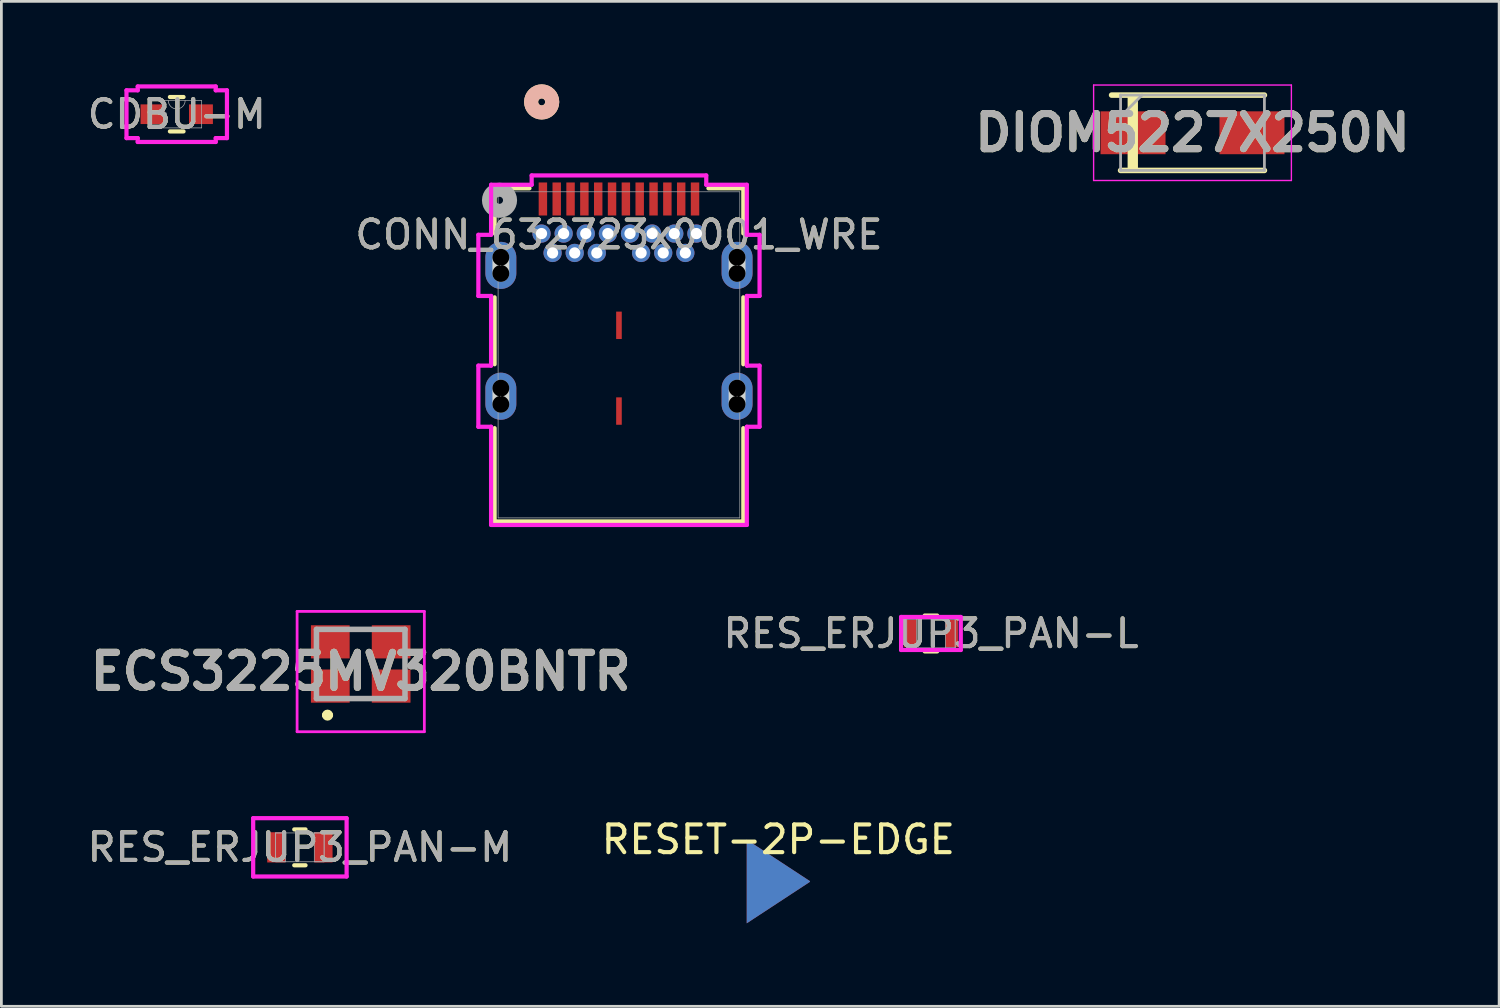
<source format=kicad_pcb>
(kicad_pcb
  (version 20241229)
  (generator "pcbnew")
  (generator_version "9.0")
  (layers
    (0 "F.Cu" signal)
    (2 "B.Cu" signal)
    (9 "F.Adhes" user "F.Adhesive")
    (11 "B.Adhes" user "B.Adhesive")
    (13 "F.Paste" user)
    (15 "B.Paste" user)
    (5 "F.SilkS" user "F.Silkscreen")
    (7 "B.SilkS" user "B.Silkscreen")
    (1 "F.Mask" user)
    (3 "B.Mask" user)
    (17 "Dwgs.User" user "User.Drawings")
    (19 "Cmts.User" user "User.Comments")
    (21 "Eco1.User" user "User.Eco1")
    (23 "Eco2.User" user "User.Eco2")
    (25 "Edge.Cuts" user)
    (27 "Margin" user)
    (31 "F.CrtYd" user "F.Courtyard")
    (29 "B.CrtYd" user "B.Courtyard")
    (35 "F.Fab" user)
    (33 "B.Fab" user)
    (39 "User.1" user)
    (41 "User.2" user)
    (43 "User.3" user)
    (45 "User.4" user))
  (footprint "CDBU-M"
    (layer "F.Cu")
    (at 3.339 1.079)
    (property "Reference" "CDBU-M" (at 0 0 0) (unlocked yes) (layer "F.SilkS") (effects (font (size 1 1) (thickness 0.15))))
    (attr smd)
    (fp_line (start -0.246 0.622) (end 0.246 0.622) (stroke (width 0.152) (type solid)) (layer "F.SilkS"))
    (fp_line (start 0.246 -0.622) (end -0.246 -0.622) (stroke (width 0.152) (type solid)) (layer "F.SilkS"))
    (fp_line (start -1.816 -0.864) (end -1.41 -0.864) (stroke (width 0.152) (type solid)) (layer "F.CrtYd"))
    (fp_line (start -1.816 0.864) (end -1.816 -0.864) (stroke (width 0.152) (type solid)) (layer "F.CrtYd"))
    (fp_line (start -1.816 0.864) (end -1.41 0.864) (stroke (width 0.152) (type solid)) (layer "F.CrtYd"))
    (fp_line (start -1.41 -1.003) (end 1.41 -1.003) (stroke (width 0.152) (type solid)) (layer "F.CrtYd"))
    (fp_line (start -1.41 -0.864) (end -1.41 -1.003) (stroke (width 0.152) (type solid)) (layer "F.CrtYd"))
    (fp_line (start -1.41 1.003) (end -1.41 0.864) (stroke (width 0.152) (type solid)) (layer "F.CrtYd"))
    (fp_line (start 1.41 -1.003) (end 1.41 -0.864) (stroke (width 0.152) (type solid)) (layer "F.CrtYd"))
    (fp_line (start 1.41 0.864) (end 1.41 1.003) (stroke (width 0.152) (type solid)) (layer "F.CrtYd"))
    (fp_line (start 1.41 1.003) (end -1.41 1.003) (stroke (width 0.152) (type solid)) (layer "F.CrtYd"))
    (fp_line (start 1.816 -0.864) (end 1.41 -0.864) (stroke (width 0.152) (type solid)) (layer "F.CrtYd"))
    (fp_line (start 1.816 -0.864) (end 1.816 0.864) (stroke (width 0.152) (type solid)) (layer "F.CrtYd"))
    (fp_line (start 1.816 0.864) (end 1.41 0.864) (stroke (width 0.152) (type solid)) (layer "F.CrtYd"))
    (fp_line (start -0.902 -0.495) (end -0.902 0.495) (stroke (width 0.025) (type solid)) (layer "F.Fab"))
    (fp_line (start -0.902 0.495) (end 0.902 0.495) (stroke (width 0.025) (type solid)) (layer "F.Fab"))
    (fp_line (start 0.902 -0.495) (end -0.902 -0.495) (stroke (width 0.025) (type solid)) (layer "F.Fab"))
    (fp_line (start 0.902 0.495) (end 0.902 -0.495) (stroke (width 0.025) (type solid)) (layer "F.Fab"))
    (fp_arc (start 0.3048 -0.4953) (mid 0 -0.1905) (end -0.3048 -0.4953) (stroke (width 0.0254) (type solid)) (layer "F.Fab"))
    (fp_circle (center -0.445 0) (end -0.368 0) (stroke (width 0.025) (type solid)) (fill no) (layer "F.Fab"))
    (fp_text user "${REFERENCE}" (at 0 0 0) (unlocked yes) (layer "F.Fab") (effects (font (size 1 1) (thickness 0.15))))
    (pad "1" smd rect (at -0.876 0) (size 0.864 0.711) (layers "F.Cu" "F.Mask" "F.Paste"))
    (pad "2" smd rect (at 0.876 0) (size 0.864 0.711) (layers "F.Cu" "F.Mask" "F.Paste")))
  (footprint "DIOM5227X250N"
    (layer "F.Cu")
    (at 40.062 1.75)
    (property "Reference" "DIOM5227X250N" (at 0 0 0) (layer "F.SilkS") (effects (font (size 1.27 1.27) (thickness 0.254))))
    (attr smd)
    (fp_line (start -2.6 1.362) (end 2.6 1.362) (stroke (width 0.2) (type solid)) (layer "F.SilkS"))
    (fp_line (start 2.6 -1.362) (end -2.925 -1.362) (stroke (width 0.2) (type solid)) (layer "F.SilkS"))
    (fp_rect (start -2.286 -1.27) (end -2.032 1.27) (stroke (width 0.12) (type solid)) (fill yes) (layer "F.SilkS"))
    (fp_line (start -3.575 -1.725) (end 3.575 -1.725) (stroke (width 0.05) (type solid)) (layer "F.CrtYd"))
    (fp_line (start -3.575 1.725) (end -3.575 -1.725) (stroke (width 0.05) (type solid)) (layer "F.CrtYd"))
    (fp_line (start 3.575 -1.725) (end 3.575 1.725) (stroke (width 0.05) (type solid)) (layer "F.CrtYd"))
    (fp_line (start 3.575 1.725) (end -3.575 1.725) (stroke (width 0.05) (type solid)) (layer "F.CrtYd"))
    (fp_line (start -2.6 -1.362) (end 2.6 -1.362) (stroke (width 0.1) (type solid)) (layer "F.Fab"))
    (fp_line (start -2.6 -0.588) (end -1.825 -1.362) (stroke (width 0.1) (type solid)) (layer "F.Fab"))
    (fp_line (start -2.6 1.362) (end -2.6 -1.362) (stroke (width 0.1) (type solid)) (layer "F.Fab"))
    (fp_line (start 2.6 -1.362) (end 2.6 1.362) (stroke (width 0.1) (type solid)) (layer "F.Fab"))
    (fp_line (start 2.6 1.362) (end -2.6 1.362) (stroke (width 0.1) (type solid)) (layer "F.Fab"))
    (fp_text user "${REFERENCE}" (at 0 0 0) (layer "F.Fab") (effects (font (size 1.27 1.27) (thickness 0.254))))
    (pad "1" smd rect (at -2.15 0 90) (size 1.55 2.35) (layers "F.Cu" "F.Mask" "F.Paste"))
    (pad "2" smd rect (at 2.15 0 90) (size 1.55 2.35) (layers "F.Cu" "F.Mask" "F.Paste")))
  (footprint "RES_ERJUP3_PAN-M"
    (layer "F.Cu")
    (at 7.792 27.584)
    (property "Reference" "RES_ERJUP3_PAN-M" (at 0 0 0) (unlocked yes) (layer "F.SilkS") (effects (font (size 1 1) (thickness 0.15))))
    (attr smd)
    (fp_line (start -0.204 0.648) (end 0.204 0.648) (stroke (width 0.152) (type solid)) (layer "F.SilkS"))
    (fp_line (start 0.204 -0.648) (end -0.204 -0.648) (stroke (width 0.152) (type solid)) (layer "F.SilkS"))
    (fp_line (start -1.689 -1.054) (end 1.689 -1.054) (stroke (width 0.152) (type solid)) (layer "F.CrtYd"))
    (fp_line (start -1.689 1.054) (end -1.689 -1.054) (stroke (width 0.152) (type solid)) (layer "F.CrtYd"))
    (fp_line (start 1.689 -1.054) (end 1.689 1.054) (stroke (width 0.152) (type solid)) (layer "F.CrtYd"))
    (fp_line (start 1.689 1.054) (end -1.689 1.054) (stroke (width 0.152) (type solid)) (layer "F.CrtYd"))
    (fp_line (start -0.876 -0.521) (end -0.876 0.521) (stroke (width 0.025) (type solid)) (layer "F.Fab"))
    (fp_line (start -0.876 -0.521) (end -0.876 0.521) (stroke (width 0.025) (type solid)) (layer "F.Fab"))
    (fp_line (start -0.876 0.521) (end -0.521 0.521) (stroke (width 0.025) (type solid)) (layer "F.Fab"))
    (fp_line (start -0.876 0.521) (end 0.876 0.521) (stroke (width 0.025) (type solid)) (layer "F.Fab"))
    (fp_line (start -0.521 -0.521) (end -0.876 -0.521) (stroke (width 0.025) (type solid)) (layer "F.Fab"))
    (fp_line (start -0.521 0.521) (end -0.521 -0.521) (stroke (width 0.025) (type solid)) (layer "F.Fab"))
    (fp_line (start 0.521 -0.521) (end 0.521 0.521) (stroke (width 0.025) (type solid)) (layer "F.Fab"))
    (fp_line (start 0.521 0.521) (end 0.876 0.521) (stroke (width 0.025) (type solid)) (layer "F.Fab"))
    (fp_line (start 0.876 -0.521) (end -0.876 -0.521) (stroke (width 0.025) (type solid)) (layer "F.Fab"))
    (fp_line (start 0.876 -0.521) (end 0.521 -0.521) (stroke (width 0.025) (type solid)) (layer "F.Fab"))
    (fp_line (start 0.876 0.521) (end 0.876 -0.521) (stroke (width 0.025) (type solid)) (layer "F.Fab"))
    (fp_line (start 0.876 0.521) (end 0.876 -0.521) (stroke (width 0.025) (type solid)) (layer "F.Fab"))
    (fp_text user "${REFERENCE}" (at 0 0 0) (unlocked yes) (layer "F.Fab") (effects (font (size 1 1) (thickness 0.15))))
    (pad "1" smd rect (at -0.851 0) (size 0.66 1.092) (layers "F.Cu" "F.Mask" "F.Paste"))
    (pad "2" smd rect (at 0.851 0) (size 0.66 1.092) (layers "F.Cu" "F.Mask" "F.Paste"))
    (zone (net_name "") (layer "F.Cu") (hatch full 0.508) (connect_pads) (min_thickness 0.254) (filled_areas_thickness no) (keepout (tracks not_allowed) (vias not_allowed) (pads allowed) (copperpour not_allowed) (footprints allowed)) (placement (enabled no)) (fill) (polygon (pts (xy 7.322 27.115) (xy 8.262 27.115) (xy 8.262 28.054) (xy 7.322 28.054)))))
  (footprint "RES_ERJUP3_PAN-L"
    (layer "F.Cu")
    (at 30.606 19.852)
    (property "Reference" "RES_ERJUP3_PAN-L" (at 0 0 0) (unlocked yes) (layer "F.SilkS") (effects (font (size 1 1) (thickness 0.15))))
    (attr smd)
    (fp_line (start -0.225 0.648) (end 0.225 0.648) (stroke (width 0.152) (type solid)) (layer "F.SilkS"))
    (fp_line (start 0.225 -0.648) (end -0.225 -0.648) (stroke (width 0.152) (type solid)) (layer "F.SilkS"))
    (fp_line (start -1.079 -0.597) (end 1.079 -0.597) (stroke (width 0.152) (type solid)) (layer "F.CrtYd"))
    (fp_line (start -1.079 0.597) (end -1.079 -0.597) (stroke (width 0.152) (type solid)) (layer "F.CrtYd"))
    (fp_line (start 1.079 -0.597) (end 1.079 0.597) (stroke (width 0.152) (type solid)) (layer "F.CrtYd"))
    (fp_line (start 1.079 0.597) (end -1.079 0.597) (stroke (width 0.152) (type solid)) (layer "F.CrtYd"))
    (fp_line (start -0.876 -0.521) (end -0.876 0.521) (stroke (width 0.025) (type solid)) (layer "F.Fab"))
    (fp_line (start -0.876 -0.521) (end -0.876 0.521) (stroke (width 0.025) (type solid)) (layer "F.Fab"))
    (fp_line (start -0.876 0.521) (end -0.521 0.521) (stroke (width 0.025) (type solid)) (layer "F.Fab"))
    (fp_line (start -0.876 0.521) (end 0.876 0.521) (stroke (width 0.025) (type solid)) (layer "F.Fab"))
    (fp_line (start -0.521 -0.521) (end -0.876 -0.521) (stroke (width 0.025) (type solid)) (layer "F.Fab"))
    (fp_line (start -0.521 0.521) (end -0.521 -0.521) (stroke (width 0.025) (type solid)) (layer "F.Fab"))
    (fp_line (start 0.521 -0.521) (end 0.521 0.521) (stroke (width 0.025) (type solid)) (layer "F.Fab"))
    (fp_line (start 0.521 0.521) (end 0.876 0.521) (stroke (width 0.025) (type solid)) (layer "F.Fab"))
    (fp_line (start 0.876 -0.521) (end -0.876 -0.521) (stroke (width 0.025) (type solid)) (layer "F.Fab"))
    (fp_line (start 0.876 -0.521) (end 0.521 -0.521) (stroke (width 0.025) (type solid)) (layer "F.Fab"))
    (fp_line (start 0.876 0.521) (end 0.876 -0.521) (stroke (width 0.025) (type solid)) (layer "F.Fab"))
    (fp_line (start 0.876 0.521) (end 0.876 -0.521) (stroke (width 0.025) (type solid)) (layer "F.Fab"))
    (fp_text user "${REFERENCE}" (at 0 0 0) (unlocked yes) (layer "F.Fab") (effects (font (size 1 1) (thickness 0.15))))
    (pad "1" smd rect (at -0.749 0) (size 0.457 0.991) (layers "F.Cu" "F.Mask" "F.Paste"))
    (pad "2" smd rect (at 0.749 0) (size 0.457 0.991) (layers "F.Cu" "F.Mask" "F.Paste"))
    (zone (net_name "") (layer "F.Cu") (hatch full 0.508) (connect_pads) (min_thickness 0.254) (filled_areas_thickness no) (keepout (tracks not_allowed) (vias not_allowed) (pads allowed) (copperpour not_allowed) (footprints allowed)) (placement (enabled no)) (fill) (polygon (pts (xy 30.136 19.383) (xy 31.076 19.383) (xy 31.076 20.322) (xy 30.136 20.322)))))
  (footprint "CONN_632723x0001_WRE"
    (layer "F.Cu")
    (at 19.327 9.779)
    (property "Reference" "CONN_632723x0001_WRE" (at 0 -4.345 0) (unlocked yes) (layer "F.SilkS") (effects (font (size 1 1) (thickness 0.15))))
    (attr through_hole)
    (fp_line (start -4.496 -6.022) (end -3.235 -6.022) (stroke (width 0.152) (type solid)) (layer "F.SilkS"))
    (fp_line (start -4.496 -4.39) (end -4.496 -6.022) (stroke (width 0.152) (type solid)) (layer "F.SilkS"))
    (fp_line (start -4.496 0.34) (end -4.496 -2.08) (stroke (width 0.152) (type solid)) (layer "F.SilkS"))
    (fp_line (start -4.496 6.022) (end -4.496 2.65) (stroke (width 0.152) (type solid)) (layer "F.SilkS"))
    (fp_line (start 3.235 -6.022) (end 4.496 -6.022) (stroke (width 0.152) (type solid)) (layer "F.SilkS"))
    (fp_line (start 4.496 -6.022) (end 4.496 -4.39) (stroke (width 0.152) (type solid)) (layer "F.SilkS"))
    (fp_line (start 4.496 -2.08) (end 4.496 0.34) (stroke (width 0.152) (type solid)) (layer "F.SilkS"))
    (fp_line (start 4.496 2.65) (end 4.496 6.022) (stroke (width 0.152) (type solid)) (layer "F.SilkS"))
    (fp_line (start 4.496 6.022) (end -4.496 6.022) (stroke (width 0.152) (type solid)) (layer "F.SilkS"))
    (fp_circle (center -2.794 -9.144) (end -2.413 -9.144) (stroke (width 0.508) (type solid)) (fill no) (layer "F.SilkS"))
    (fp_circle (center -2.794 -9.144) (end -2.413 -9.144) (stroke (width 0.508) (type solid)) (fill no) (layer "B.SilkS"))
    (fp_line (start -4.27 -2.943) (end -4.27 -3.527) (stroke (width 0.61) (type solid)) (layer "Edge.Cuts"))
    (fp_line (start -4.27 1.787) (end -4.27 1.203) (stroke (width 0.61) (type solid)) (layer "Edge.Cuts"))
    (fp_line (start 4.27 -2.943) (end 4.27 -3.527) (stroke (width 0.61) (type solid)) (layer "Edge.Cuts"))
    (fp_line (start 4.27 1.787) (end 4.27 1.203) (stroke (width 0.61) (type solid)) (layer "Edge.Cuts"))
    (fp_line (start -5.083 -4.34) (end -5.083 -2.13) (stroke (width 0.152) (type solid)) (layer "F.CrtYd"))
    (fp_line (start -5.083 -2.13) (end -4.623 -2.13) (stroke (width 0.152) (type solid)) (layer "F.CrtYd"))
    (fp_line (start -5.083 0.39) (end -5.083 2.6) (stroke (width 0.152) (type solid)) (layer "F.CrtYd"))
    (fp_line (start -5.083 2.6) (end -4.623 2.6) (stroke (width 0.152) (type solid)) (layer "F.CrtYd"))
    (fp_line (start -4.623 -6.149) (end -4.623 -4.34) (stroke (width 0.152) (type solid)) (layer "F.CrtYd"))
    (fp_line (start -4.623 -4.34) (end -5.083 -4.34) (stroke (width 0.152) (type solid)) (layer "F.CrtYd"))
    (fp_line (start -4.623 -2.13) (end -4.623 0.39) (stroke (width 0.152) (type solid)) (layer "F.CrtYd"))
    (fp_line (start -4.623 0.39) (end -5.083 0.39) (stroke (width 0.152) (type solid)) (layer "F.CrtYd"))
    (fp_line (start -4.623 2.6) (end -4.623 6.149) (stroke (width 0.152) (type solid)) (layer "F.CrtYd"))
    (fp_line (start -4.623 6.149) (end 4.623 6.149) (stroke (width 0.152) (type solid)) (layer "F.CrtYd"))
    (fp_line (start -3.156 -6.486) (end -3.156 -6.149) (stroke (width 0.152) (type solid)) (layer "F.CrtYd"))
    (fp_line (start -3.156 -6.149) (end -4.623 -6.149) (stroke (width 0.152) (type solid)) (layer "F.CrtYd"))
    (fp_line (start 3.156 -6.486) (end -3.156 -6.486) (stroke (width 0.152) (type solid)) (layer "F.CrtYd"))
    (fp_line (start 3.156 -6.149) (end 3.156 -6.486) (stroke (width 0.152) (type solid)) (layer "F.CrtYd"))
    (fp_line (start 4.623 -6.149) (end 3.156 -6.149) (stroke (width 0.152) (type solid)) (layer "F.CrtYd"))
    (fp_line (start 4.623 -4.34) (end 4.623 -6.149) (stroke (width 0.152) (type solid)) (layer "F.CrtYd"))
    (fp_line (start 4.623 -2.13) (end 5.083 -2.13) (stroke (width 0.152) (type solid)) (layer "F.CrtYd"))
    (fp_line (start 4.623 0.39) (end 4.623 -2.13) (stroke (width 0.152) (type solid)) (layer "F.CrtYd"))
    (fp_line (start 4.623 2.6) (end 5.083 2.6) (stroke (width 0.152) (type solid)) (layer "F.CrtYd"))
    (fp_line (start 4.623 6.149) (end 4.623 2.6) (stroke (width 0.152) (type solid)) (layer "F.CrtYd"))
    (fp_line (start 5.083 -4.34) (end 4.623 -4.34) (stroke (width 0.152) (type solid)) (layer "F.CrtYd"))
    (fp_line (start 5.083 -2.13) (end 5.083 -4.34) (stroke (width 0.152) (type solid)) (layer "F.CrtYd"))
    (fp_line (start 5.083 0.39) (end 4.623 0.39) (stroke (width 0.152) (type solid)) (layer "F.CrtYd"))
    (fp_line (start 5.083 2.6) (end 5.083 0.39) (stroke (width 0.152) (type solid)) (layer "F.CrtYd"))
    (fp_line (start -4.369 -5.895) (end -4.369 5.895) (stroke (width 0.025) (type solid)) (layer "F.Fab"))
    (fp_line (start -4.369 5.895) (end 4.369 5.895) (stroke (width 0.025) (type solid)) (layer "F.Fab"))
    (fp_line (start 4.369 -5.895) (end -4.369 -5.895) (stroke (width 0.025) (type solid)) (layer "F.Fab"))
    (fp_line (start 4.369 5.895) (end 4.369 -5.895) (stroke (width 0.025) (type solid)) (layer "F.Fab"))
    (fp_circle (center -4.318 -5.588) (end -3.937 -5.588) (stroke (width 0.508) (type solid)) (fill no) (layer "F.Fab"))
    (fp_text user "${REFERENCE}" (at 0 -4.345 0) (unlocked yes) (layer "F.Fab") (effects (font (size 1 1) (thickness 0.15))))
    (pad "" np_thru_hole circle (at -4.27 -3.527) (size 0.61 0.61) (drill 0.61) (layers))
    (pad "" np_thru_hole circle (at -4.27 -2.943) (size 0.61 0.61) (drill 0.61) (layers))
    (pad "" np_thru_hole circle (at -4.27 1.203) (size 0.61 0.61) (drill 0.61) (layers))
    (pad "" np_thru_hole circle (at -4.27 1.787) (size 0.61 0.61) (drill 0.61) (layers))
    (pad "" np_thru_hole circle (at 4.27 -3.527) (size 0.61 0.61) (drill 0.61) (layers))
    (pad "" np_thru_hole circle (at 4.27 -2.943) (size 0.61 0.61) (drill 0.61) (layers))
    (pad "" np_thru_hole circle (at 4.27 1.203) (size 0.61 0.61) (drill 0.61) (layers))
    (pad "" np_thru_hole circle (at 4.27 1.787) (size 0.61 0.61) (drill 0.61) (layers))
    (pad "25" thru_hole circle (at 2 -4.385) (size 0.66 0.66) (drill 0.406) (layers "*.Cu" "*.Mask"))
    (pad "26" thru_hole circle (at -2 -4.385) (size 0.66 0.66) (drill 0.406) (layers "*.Cu" "*.Mask"))
    (pad "27" thru_hole oval (at -4.27 -3.235 90) (size 1.702 1.118) (drill 0.025) (layers "*.Cu" "*.Mask"))
    (pad "28" thru_hole oval (at 4.27 -3.235 90) (size 1.702 1.118) (drill 0.025) (layers "*.Cu" "*.Mask"))
    (pad "29" thru_hole oval (at -4.27 1.495 90) (size 1.702 1.118) (drill 0.025) (layers "*.Cu" "*.Mask"))
    (pad "30" thru_hole oval (at 4.27 1.495 90) (size 1.702 1.118) (drill 0.025) (layers "*.Cu" "*.Mask"))
    (pad "31" smd rect (at 0 -1.068) (size 0.203 0.991) (layers "F.Cu" "F.Mask" "F.Paste"))
    (pad "32" smd rect (at 0 2.032) (size 0.203 0.991) (layers "F.Cu" "F.Mask" "F.Paste"))
    (pad "A1" smd rect (at -2.75 -5.635 90) (size 1.194 0.305) (layers "F.Cu" "F.Mask" "F.Paste"))
    (pad "A2" smd rect (at -2.25 -5.635 90) (size 1.194 0.305) (layers "F.Cu" "F.Mask" "F.Paste"))
    (pad "A3" smd rect (at -1.75 -5.635 90) (size 1.194 0.305) (layers "F.Cu" "F.Mask" "F.Paste"))
    (pad "A4" smd rect (at -1.25 -5.635 90) (size 1.194 0.305) (layers "F.Cu" "F.Mask" "F.Paste"))
    (pad "A5" smd rect (at -0.75 -5.635 90) (size 1.194 0.305) (layers "F.Cu" "F.Mask" "F.Paste"))
    (pad "A6" smd rect (at -0.25 -5.635 90) (size 1.194 0.305) (layers "F.Cu" "F.Mask" "F.Paste"))
    (pad "A7" smd rect (at 0.25 -5.635 90) (size 1.194 0.305) (layers "F.Cu" "F.Mask" "F.Paste"))
    (pad "A8" smd rect (at 0.75 -5.635 90) (size 1.194 0.305) (layers "F.Cu" "F.Mask" "F.Paste"))
    (pad "A9" smd rect (at 1.25 -5.635 90) (size 1.194 0.305) (layers "F.Cu" "F.Mask" "F.Paste"))
    (pad "A10" smd rect (at 1.75 -5.635 90) (size 1.194 0.305) (layers "F.Cu" "F.Mask" "F.Paste"))
    (pad "A11" smd rect (at 2.25 -5.635 90) (size 1.194 0.305) (layers "F.Cu" "F.Mask" "F.Paste"))
    (pad "A12" smd rect (at 2.75 -5.635 90) (size 1.194 0.305) (layers "F.Cu" "F.Mask" "F.Paste"))
    (pad "B1" thru_hole circle (at 2.8 -4.385) (size 0.66 0.66) (drill 0.406) (layers "*.Cu" "*.Mask"))
    (pad "B2" thru_hole circle (at 2.4 -3.685) (size 0.66 0.66) (drill 0.406) (layers "*.Cu" "*.Mask"))
    (pad "B3" thru_hole circle (at 1.6 -3.685) (size 0.66 0.66) (drill 0.406) (layers "*.Cu" "*.Mask"))
    (pad "B4" thru_hole circle (at 1.2 -4.385) (size 0.66 0.66) (drill 0.406) (layers "*.Cu" "*.Mask"))
    (pad "B5" thru_hole circle (at 0.8 -3.685) (size 0.66 0.66) (drill 0.406) (layers "*.Cu" "*.Mask"))
    (pad "B6" thru_hole circle (at 0.4 -4.385) (size 0.66 0.66) (drill 0.406) (layers "*.Cu" "*.Mask"))
    (pad "B7" thru_hole circle (at -0.4 -4.385) (size 0.66 0.66) (drill 0.406) (layers "*.Cu" "*.Mask"))
    (pad "B8" thru_hole circle (at -0.8 -3.685) (size 0.66 0.66) (drill 0.406) (layers "*.Cu" "*.Mask"))
    (pad "B9" thru_hole circle (at -1.2 -4.385) (size 0.66 0.66) (drill 0.406) (layers "*.Cu" "*.Mask"))
    (pad "B10" thru_hole circle (at -1.6 -3.685) (size 0.66 0.66) (drill 0.406) (layers "*.Cu" "*.Mask"))
    (pad "B11" thru_hole circle (at -2.4 -3.685) (size 0.66 0.66) (drill 0.406) (layers "*.Cu" "*.Mask"))
    (pad "B12" thru_hole circle (at -2.8 -4.385) (size 0.66 0.66) (drill 0.406) (layers "*.Cu" "*.Mask")))
  (footprint "ECS3225MV320BNTR"
    (layer "F.Cu")
    (at 9.991 20.954)
    (property "Reference" "ECS3225MV320BNTR" (at 0 0.275 0) (layer "F.SilkS") (effects (font (size 1.27 1.27) (thickness 0.254))))
    (attr smd)
    (fp_line (start -1.3 1.85) (end -1.3 1.85) (stroke (width 0.2) (type solid)) (layer "F.SilkS"))
    (fp_line (start -1.1 1.85) (end -1.1 1.85) (stroke (width 0.2) (type solid)) (layer "F.SilkS"))
    (fp_line (start -0.1 -1.25) (end 0.1 -1.25) (stroke (width 0.1) (type solid)) (layer "F.SilkS"))
    (fp_line (start -0.1 1.25) (end 0.1 1.25) (stroke (width 0.1) (type solid)) (layer "F.SilkS"))
    (fp_arc (start -1.3 1.85) (mid -1.2 1.75) (end -1.1 1.85) (stroke (width 0.2) (type solid)) (layer "F.SilkS"))
    (fp_arc (start -1.1 1.85) (mid -1.2 1.95) (end -1.3 1.85) (stroke (width 0.2) (type solid)) (layer "F.SilkS"))
    (fp_line (start -2.3 -1.9) (end 2.3 -1.9) (stroke (width 0.1) (type solid)) (layer "F.CrtYd"))
    (fp_line (start -2.3 2.45) (end -2.3 -1.9) (stroke (width 0.1) (type solid)) (layer "F.CrtYd"))
    (fp_line (start 2.3 -1.9) (end 2.3 2.45) (stroke (width 0.1) (type solid)) (layer "F.CrtYd"))
    (fp_line (start 2.3 2.45) (end -2.3 2.45) (stroke (width 0.1) (type solid)) (layer "F.CrtYd"))
    (fp_line (start -1.6 -1.25) (end 1.6 -1.25) (stroke (width 0.2) (type solid)) (layer "F.Fab"))
    (fp_line (start -1.6 1.25) (end -1.6 -1.25) (stroke (width 0.2) (type solid)) (layer "F.Fab"))
    (fp_line (start 1.6 -1.25) (end 1.6 1.25) (stroke (width 0.2) (type solid)) (layer "F.Fab"))
    (fp_line (start 1.6 1.25) (end -1.6 1.25) (stroke (width 0.2) (type solid)) (layer "F.Fab"))
    (fp_text user "${REFERENCE}" (at 0 0.275 0) (layer "F.Fab") (effects (font (size 1.27 1.27) (thickness 0.254))))
    (pad "1" smd rect (at -1.1 0.8 90) (size 1.2 1.4) (layers "F.Cu" "F.Mask" "F.Paste"))
    (pad "2" smd rect (at 1.1 0.8 90) (size 1.2 1.4) (layers "F.Cu" "F.Mask" "F.Paste"))
    (pad "3" smd rect (at 1.1 -0.8 90) (size 1.2 1.4) (layers "F.Cu" "F.Mask" "F.Paste"))
    (pad "4" smd rect (at -1.1 -0.8 90) (size 1.2 1.4) (layers "F.Cu" "F.Mask" "F.Paste")))
  (footprint "RESET-2P-EDGE"
    (layer "F.Cu")
    (at 25.089 27.802)
    (property "Reference" "RESET-2P-EDGE" (at 0 -0.5 0) (unlocked yes) (layer "F.SilkS") (effects (font (size 1 1) (thickness 0.15))))
    (attr smd)
    (pad "1" smd trapezoid (at 0 1.016) (size 2.286 1.524) (rect_delta 1.5 0) (layers "F.Cu" "F.Mask"))
    (pad "2" smd trapezoid (at 0 1.016) (size 2.286 1.524) (rect_delta 1.5 0) (layers "B.Cu" "B.Mask")))
  (gr_rect
    (start -3 -3)
    (end 51.148 33.33)
    (stroke (width 0.1) (type default))
    (fill no)
    (layer "Edge.Cuts")))
</source>
